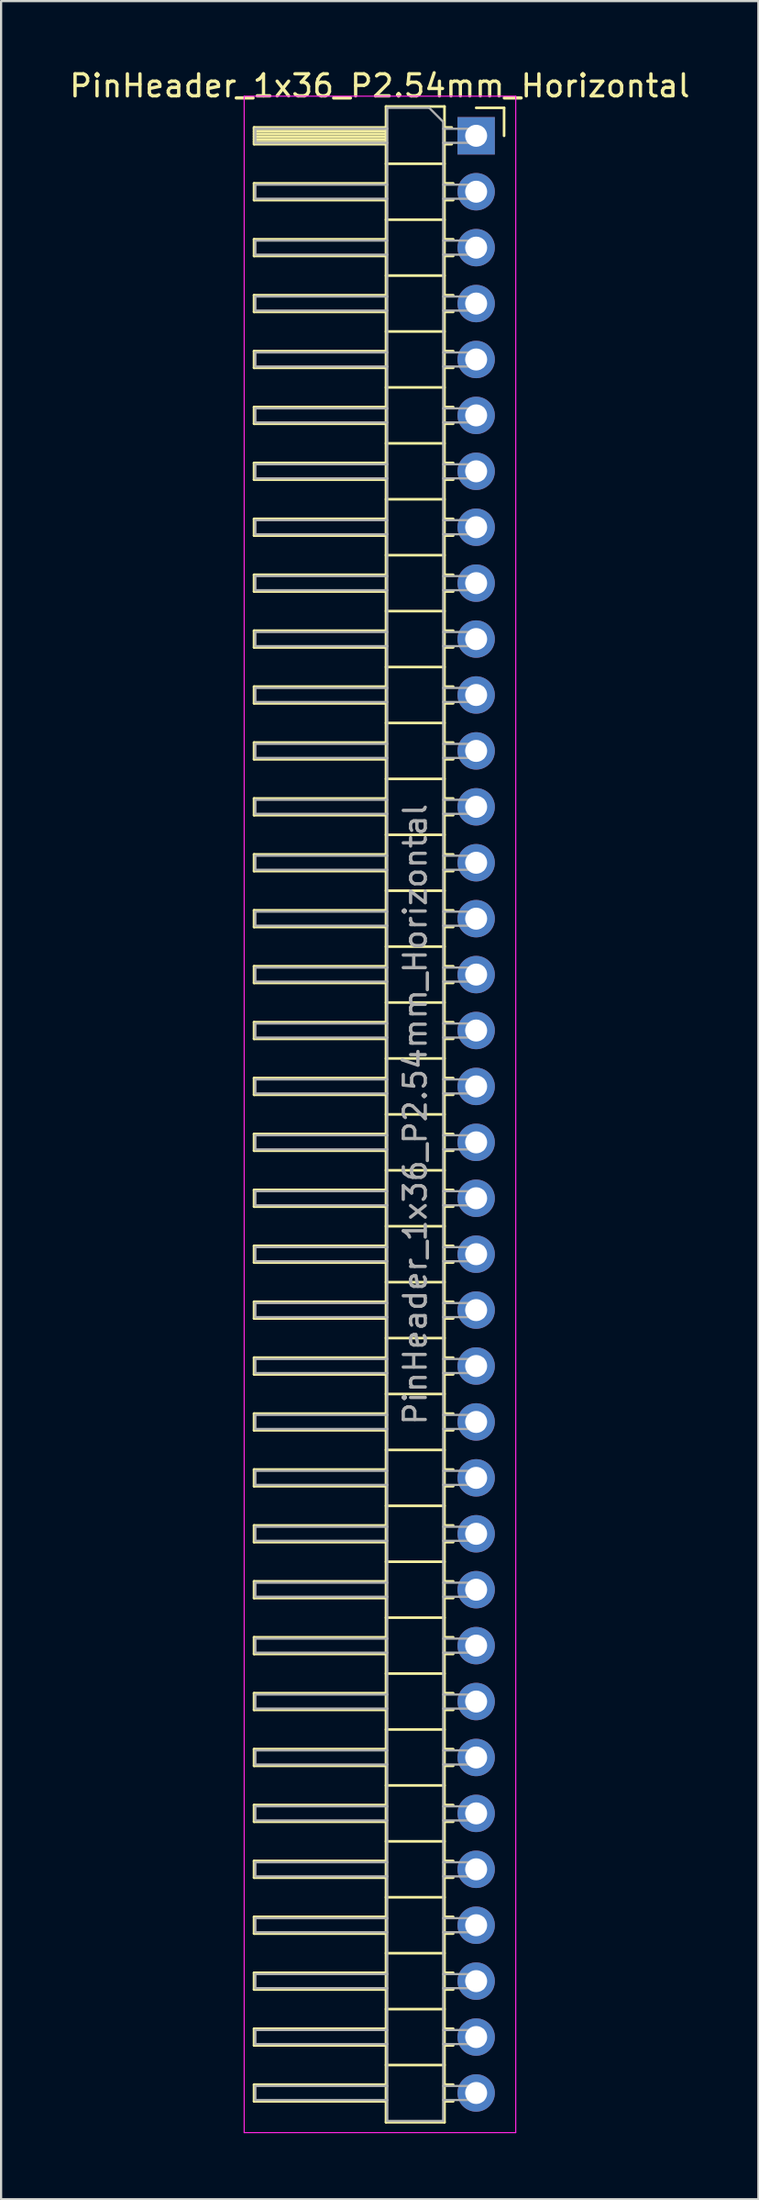
<source format=kicad_pcb>
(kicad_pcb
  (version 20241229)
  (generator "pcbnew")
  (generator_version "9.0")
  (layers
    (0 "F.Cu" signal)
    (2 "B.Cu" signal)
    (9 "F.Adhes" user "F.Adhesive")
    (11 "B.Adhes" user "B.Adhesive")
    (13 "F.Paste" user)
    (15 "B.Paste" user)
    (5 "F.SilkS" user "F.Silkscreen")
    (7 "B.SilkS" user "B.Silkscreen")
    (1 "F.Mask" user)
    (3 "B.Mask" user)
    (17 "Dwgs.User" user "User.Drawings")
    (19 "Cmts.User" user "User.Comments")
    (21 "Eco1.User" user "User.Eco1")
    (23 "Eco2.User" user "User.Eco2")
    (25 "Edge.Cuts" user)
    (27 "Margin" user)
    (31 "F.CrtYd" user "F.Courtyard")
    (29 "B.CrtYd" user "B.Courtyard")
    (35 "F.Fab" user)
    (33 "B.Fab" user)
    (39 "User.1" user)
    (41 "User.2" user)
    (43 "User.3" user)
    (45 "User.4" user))
  (footprint "PinHeader_1x36_P2.54mm_Horizontal"
    (layer "F.Cu")
    (at 10.405 3.118)
    (property "Reference" "PinHeader_1x36_P2.54mm_Horizontal" (at 3.815 -2.27 0) (layer "F.SilkS") (effects (font (size 1 1) (thickness 0.15))))
    (attr through_hole)
    (fp_line (start -1.9 -0.38) (end -1.9 0.38) (stroke (width 0.12) (type solid)) (layer "F.SilkS"))
    (fp_line (start -1.9 0.38) (end 4.1 0.38) (stroke (width 0.12) (type solid)) (layer "F.SilkS"))
    (fp_line (start -1.9 2.16) (end -1.9 2.92) (stroke (width 0.12) (type solid)) (layer "F.SilkS"))
    (fp_line (start -1.9 2.92) (end 4.1 2.92) (stroke (width 0.12) (type solid)) (layer "F.SilkS"))
    (fp_line (start -1.9 4.7) (end -1.9 5.46) (stroke (width 0.12) (type solid)) (layer "F.SilkS"))
    (fp_line (start -1.9 5.46) (end 4.1 5.46) (stroke (width 0.12) (type solid)) (layer "F.SilkS"))
    (fp_line (start -1.9 7.24) (end -1.9 8) (stroke (width 0.12) (type solid)) (layer "F.SilkS"))
    (fp_line (start -1.9 8) (end 4.1 8) (stroke (width 0.12) (type solid)) (layer "F.SilkS"))
    (fp_line (start -1.9 9.78) (end -1.9 10.54) (stroke (width 0.12) (type solid)) (layer "F.SilkS"))
    (fp_line (start -1.9 10.54) (end 4.1 10.54) (stroke (width 0.12) (type solid)) (layer "F.SilkS"))
    (fp_line (start -1.9 12.32) (end -1.9 13.08) (stroke (width 0.12) (type solid)) (layer "F.SilkS"))
    (fp_line (start -1.9 13.08) (end 4.1 13.08) (stroke (width 0.12) (type solid)) (layer "F.SilkS"))
    (fp_line (start -1.9 14.86) (end -1.9 15.62) (stroke (width 0.12) (type solid)) (layer "F.SilkS"))
    (fp_line (start -1.9 15.62) (end 4.1 15.62) (stroke (width 0.12) (type solid)) (layer "F.SilkS"))
    (fp_line (start -1.9 17.4) (end -1.9 18.16) (stroke (width 0.12) (type solid)) (layer "F.SilkS"))
    (fp_line (start -1.9 18.16) (end 4.1 18.16) (stroke (width 0.12) (type solid)) (layer "F.SilkS"))
    (fp_line (start -1.9 19.94) (end -1.9 20.7) (stroke (width 0.12) (type solid)) (layer "F.SilkS"))
    (fp_line (start -1.9 20.7) (end 4.1 20.7) (stroke (width 0.12) (type solid)) (layer "F.SilkS"))
    (fp_line (start -1.9 22.48) (end -1.9 23.24) (stroke (width 0.12) (type solid)) (layer "F.SilkS"))
    (fp_line (start -1.9 23.24) (end 4.1 23.24) (stroke (width 0.12) (type solid)) (layer "F.SilkS"))
    (fp_line (start -1.9 25.02) (end -1.9 25.78) (stroke (width 0.12) (type solid)) (layer "F.SilkS"))
    (fp_line (start -1.9 25.78) (end 4.1 25.78) (stroke (width 0.12) (type solid)) (layer "F.SilkS"))
    (fp_line (start -1.9 27.56) (end -1.9 28.32) (stroke (width 0.12) (type solid)) (layer "F.SilkS"))
    (fp_line (start -1.9 28.32) (end 4.1 28.32) (stroke (width 0.12) (type solid)) (layer "F.SilkS"))
    (fp_line (start -1.9 30.1) (end -1.9 30.86) (stroke (width 0.12) (type solid)) (layer "F.SilkS"))
    (fp_line (start -1.9 30.86) (end 4.1 30.86) (stroke (width 0.12) (type solid)) (layer "F.SilkS"))
    (fp_line (start -1.9 32.64) (end -1.9 33.4) (stroke (width 0.12) (type solid)) (layer "F.SilkS"))
    (fp_line (start -1.9 33.4) (end 4.1 33.4) (stroke (width 0.12) (type solid)) (layer "F.SilkS"))
    (fp_line (start -1.9 35.18) (end -1.9 35.94) (stroke (width 0.12) (type solid)) (layer "F.SilkS"))
    (fp_line (start -1.9 35.94) (end 4.1 35.94) (stroke (width 0.12) (type solid)) (layer "F.SilkS"))
    (fp_line (start -1.9 37.72) (end -1.9 38.48) (stroke (width 0.12) (type solid)) (layer "F.SilkS"))
    (fp_line (start -1.9 38.48) (end 4.1 38.48) (stroke (width 0.12) (type solid)) (layer "F.SilkS"))
    (fp_line (start -1.9 40.26) (end -1.9 41.02) (stroke (width 0.12) (type solid)) (layer "F.SilkS"))
    (fp_line (start -1.9 41.02) (end 4.1 41.02) (stroke (width 0.12) (type solid)) (layer "F.SilkS"))
    (fp_line (start -1.9 42.8) (end -1.9 43.56) (stroke (width 0.12) (type solid)) (layer "F.SilkS"))
    (fp_line (start -1.9 43.56) (end 4.1 43.56) (stroke (width 0.12) (type solid)) (layer "F.SilkS"))
    (fp_line (start -1.9 45.34) (end -1.9 46.1) (stroke (width 0.12) (type solid)) (layer "F.SilkS"))
    (fp_line (start -1.9 46.1) (end 4.1 46.1) (stroke (width 0.12) (type solid)) (layer "F.SilkS"))
    (fp_line (start -1.9 47.88) (end -1.9 48.64) (stroke (width 0.12) (type solid)) (layer "F.SilkS"))
    (fp_line (start -1.9 48.64) (end 4.1 48.64) (stroke (width 0.12) (type solid)) (layer "F.SilkS"))
    (fp_line (start -1.9 50.42) (end -1.9 51.18) (stroke (width 0.12) (type solid)) (layer "F.SilkS"))
    (fp_line (start -1.9 51.18) (end 4.1 51.18) (stroke (width 0.12) (type solid)) (layer "F.SilkS"))
    (fp_line (start -1.9 52.96) (end -1.9 53.72) (stroke (width 0.12) (type solid)) (layer "F.SilkS"))
    (fp_line (start -1.9 53.72) (end 4.1 53.72) (stroke (width 0.12) (type solid)) (layer "F.SilkS"))
    (fp_line (start -1.9 55.5) (end -1.9 56.26) (stroke (width 0.12) (type solid)) (layer "F.SilkS"))
    (fp_line (start -1.9 56.26) (end 4.1 56.26) (stroke (width 0.12) (type solid)) (layer "F.SilkS"))
    (fp_line (start -1.9 58.04) (end -1.9 58.8) (stroke (width 0.12) (type solid)) (layer "F.SilkS"))
    (fp_line (start -1.9 58.8) (end 4.1 58.8) (stroke (width 0.12) (type solid)) (layer "F.SilkS"))
    (fp_line (start -1.9 60.58) (end -1.9 61.34) (stroke (width 0.12) (type solid)) (layer "F.SilkS"))
    (fp_line (start -1.9 61.34) (end 4.1 61.34) (stroke (width 0.12) (type solid)) (layer "F.SilkS"))
    (fp_line (start -1.9 63.12) (end -1.9 63.88) (stroke (width 0.12) (type solid)) (layer "F.SilkS"))
    (fp_line (start -1.9 63.88) (end 4.1 63.88) (stroke (width 0.12) (type solid)) (layer "F.SilkS"))
    (fp_line (start -1.9 65.66) (end -1.9 66.42) (stroke (width 0.12) (type solid)) (layer "F.SilkS"))
    (fp_line (start -1.9 66.42) (end 4.1 66.42) (stroke (width 0.12) (type solid)) (layer "F.SilkS"))
    (fp_line (start -1.9 68.2) (end -1.9 68.96) (stroke (width 0.12) (type solid)) (layer "F.SilkS"))
    (fp_line (start -1.9 68.96) (end 4.1 68.96) (stroke (width 0.12) (type solid)) (layer "F.SilkS"))
    (fp_line (start -1.9 70.74) (end -1.9 71.5) (stroke (width 0.12) (type solid)) (layer "F.SilkS"))
    (fp_line (start -1.9 71.5) (end 4.1 71.5) (stroke (width 0.12) (type solid)) (layer "F.SilkS"))
    (fp_line (start -1.9 73.28) (end -1.9 74.04) (stroke (width 0.12) (type solid)) (layer "F.SilkS"))
    (fp_line (start -1.9 74.04) (end 4.1 74.04) (stroke (width 0.12) (type solid)) (layer "F.SilkS"))
    (fp_line (start -1.9 75.82) (end -1.9 76.58) (stroke (width 0.12) (type solid)) (layer "F.SilkS"))
    (fp_line (start -1.9 76.58) (end 4.1 76.58) (stroke (width 0.12) (type solid)) (layer "F.SilkS"))
    (fp_line (start -1.9 78.36) (end -1.9 79.12) (stroke (width 0.12) (type solid)) (layer "F.SilkS"))
    (fp_line (start -1.9 79.12) (end 4.1 79.12) (stroke (width 0.12) (type solid)) (layer "F.SilkS"))
    (fp_line (start -1.9 80.9) (end -1.9 81.66) (stroke (width 0.12) (type solid)) (layer "F.SilkS"))
    (fp_line (start -1.9 81.66) (end 4.1 81.66) (stroke (width 0.12) (type solid)) (layer "F.SilkS"))
    (fp_line (start -1.9 83.44) (end -1.9 84.2) (stroke (width 0.12) (type solid)) (layer "F.SilkS"))
    (fp_line (start -1.9 84.2) (end 4.1 84.2) (stroke (width 0.12) (type solid)) (layer "F.SilkS"))
    (fp_line (start -1.9 85.98) (end -1.9 86.74) (stroke (width 0.12) (type solid)) (layer "F.SilkS"))
    (fp_line (start -1.9 86.74) (end 4.1 86.74) (stroke (width 0.12) (type solid)) (layer "F.SilkS"))
    (fp_line (start -1.9 88.52) (end -1.9 89.28) (stroke (width 0.12) (type solid)) (layer "F.SilkS"))
    (fp_line (start -1.9 89.28) (end 4.1 89.28) (stroke (width 0.12) (type solid)) (layer "F.SilkS"))
    (fp_line (start 4.1 -1.33) (end 6.76 -1.33) (stroke (width 0.12) (type solid)) (layer "F.SilkS"))
    (fp_line (start 4.1 -0.38) (end -1.9 -0.38) (stroke (width 0.12) (type solid)) (layer "F.SilkS"))
    (fp_line (start 4.1 -0.32) (end -1.9 -0.32) (stroke (width 0.12) (type solid)) (layer "F.SilkS"))
    (fp_line (start 4.1 -0.2) (end -1.9 -0.2) (stroke (width 0.12) (type solid)) (layer "F.SilkS"))
    (fp_line (start 4.1 -0.08) (end -1.9 -0.08) (stroke (width 0.12) (type solid)) (layer "F.SilkS"))
    (fp_line (start 4.1 0.04) (end -1.9 0.04) (stroke (width 0.12) (type solid)) (layer "F.SilkS"))
    (fp_line (start 4.1 0.16) (end -1.9 0.16) (stroke (width 0.12) (type solid)) (layer "F.SilkS"))
    (fp_line (start 4.1 0.28) (end -1.9 0.28) (stroke (width 0.12) (type solid)) (layer "F.SilkS"))
    (fp_line (start 4.1 2.16) (end -1.9 2.16) (stroke (width 0.12) (type solid)) (layer "F.SilkS"))
    (fp_line (start 4.1 4.7) (end -1.9 4.7) (stroke (width 0.12) (type solid)) (layer "F.SilkS"))
    (fp_line (start 4.1 7.24) (end -1.9 7.24) (stroke (width 0.12) (type solid)) (layer "F.SilkS"))
    (fp_line (start 4.1 9.78) (end -1.9 9.78) (stroke (width 0.12) (type solid)) (layer "F.SilkS"))
    (fp_line (start 4.1 12.32) (end -1.9 12.32) (stroke (width 0.12) (type solid)) (layer "F.SilkS"))
    (fp_line (start 4.1 14.86) (end -1.9 14.86) (stroke (width 0.12) (type solid)) (layer "F.SilkS"))
    (fp_line (start 4.1 17.4) (end -1.9 17.4) (stroke (width 0.12) (type solid)) (layer "F.SilkS"))
    (fp_line (start 4.1 19.94) (end -1.9 19.94) (stroke (width 0.12) (type solid)) (layer "F.SilkS"))
    (fp_line (start 4.1 22.48) (end -1.9 22.48) (stroke (width 0.12) (type solid)) (layer "F.SilkS"))
    (fp_line (start 4.1 25.02) (end -1.9 25.02) (stroke (width 0.12) (type solid)) (layer "F.SilkS"))
    (fp_line (start 4.1 27.56) (end -1.9 27.56) (stroke (width 0.12) (type solid)) (layer "F.SilkS"))
    (fp_line (start 4.1 30.1) (end -1.9 30.1) (stroke (width 0.12) (type solid)) (layer "F.SilkS"))
    (fp_line (start 4.1 32.64) (end -1.9 32.64) (stroke (width 0.12) (type solid)) (layer "F.SilkS"))
    (fp_line (start 4.1 35.18) (end -1.9 35.18) (stroke (width 0.12) (type solid)) (layer "F.SilkS"))
    (fp_line (start 4.1 37.72) (end -1.9 37.72) (stroke (width 0.12) (type solid)) (layer "F.SilkS"))
    (fp_line (start 4.1 40.26) (end -1.9 40.26) (stroke (width 0.12) (type solid)) (layer "F.SilkS"))
    (fp_line (start 4.1 42.8) (end -1.9 42.8) (stroke (width 0.12) (type solid)) (layer "F.SilkS"))
    (fp_line (start 4.1 45.34) (end -1.9 45.34) (stroke (width 0.12) (type solid)) (layer "F.SilkS"))
    (fp_line (start 4.1 47.88) (end -1.9 47.88) (stroke (width 0.12) (type solid)) (layer "F.SilkS"))
    (fp_line (start 4.1 50.42) (end -1.9 50.42) (stroke (width 0.12) (type solid)) (layer "F.SilkS"))
    (fp_line (start 4.1 52.96) (end -1.9 52.96) (stroke (width 0.12) (type solid)) (layer "F.SilkS"))
    (fp_line (start 4.1 55.5) (end -1.9 55.5) (stroke (width 0.12) (type solid)) (layer "F.SilkS"))
    (fp_line (start 4.1 58.04) (end -1.9 58.04) (stroke (width 0.12) (type solid)) (layer "F.SilkS"))
    (fp_line (start 4.1 60.58) (end -1.9 60.58) (stroke (width 0.12) (type solid)) (layer "F.SilkS"))
    (fp_line (start 4.1 63.12) (end -1.9 63.12) (stroke (width 0.12) (type solid)) (layer "F.SilkS"))
    (fp_line (start 4.1 65.66) (end -1.9 65.66) (stroke (width 0.12) (type solid)) (layer "F.SilkS"))
    (fp_line (start 4.1 68.2) (end -1.9 68.2) (stroke (width 0.12) (type solid)) (layer "F.SilkS"))
    (fp_line (start 4.1 70.74) (end -1.9 70.74) (stroke (width 0.12) (type solid)) (layer "F.SilkS"))
    (fp_line (start 4.1 73.28) (end -1.9 73.28) (stroke (width 0.12) (type solid)) (layer "F.SilkS"))
    (fp_line (start 4.1 75.82) (end -1.9 75.82) (stroke (width 0.12) (type solid)) (layer "F.SilkS"))
    (fp_line (start 4.1 78.36) (end -1.9 78.36) (stroke (width 0.12) (type solid)) (layer "F.SilkS"))
    (fp_line (start 4.1 80.9) (end -1.9 80.9) (stroke (width 0.12) (type solid)) (layer "F.SilkS"))
    (fp_line (start 4.1 83.44) (end -1.9 83.44) (stroke (width 0.12) (type solid)) (layer "F.SilkS"))
    (fp_line (start 4.1 85.98) (end -1.9 85.98) (stroke (width 0.12) (type solid)) (layer "F.SilkS"))
    (fp_line (start 4.1 88.52) (end -1.9 88.52) (stroke (width 0.12) (type solid)) (layer "F.SilkS"))
    (fp_line (start 4.1 90.23) (end 4.1 -1.33) (stroke (width 0.12) (type solid)) (layer "F.SilkS"))
    (fp_line (start 6.76 -1.33) (end 6.76 90.23) (stroke (width 0.12) (type solid)) (layer "F.SilkS"))
    (fp_line (start 6.76 1.27) (end 4.1 1.27) (stroke (width 0.12) (type solid)) (layer "F.SilkS"))
    (fp_line (start 6.76 3.81) (end 4.1 3.81) (stroke (width 0.12) (type solid)) (layer "F.SilkS"))
    (fp_line (start 6.76 6.35) (end 4.1 6.35) (stroke (width 0.12) (type solid)) (layer "F.SilkS"))
    (fp_line (start 6.76 8.89) (end 4.1 8.89) (stroke (width 0.12) (type solid)) (layer "F.SilkS"))
    (fp_line (start 6.76 11.43) (end 4.1 11.43) (stroke (width 0.12) (type solid)) (layer "F.SilkS"))
    (fp_line (start 6.76 13.97) (end 4.1 13.97) (stroke (width 0.12) (type solid)) (layer "F.SilkS"))
    (fp_line (start 6.76 16.51) (end 4.1 16.51) (stroke (width 0.12) (type solid)) (layer "F.SilkS"))
    (fp_line (start 6.76 19.05) (end 4.1 19.05) (stroke (width 0.12) (type solid)) (layer "F.SilkS"))
    (fp_line (start 6.76 21.59) (end 4.1 21.59) (stroke (width 0.12) (type solid)) (layer "F.SilkS"))
    (fp_line (start 6.76 24.13) (end 4.1 24.13) (stroke (width 0.12) (type solid)) (layer "F.SilkS"))
    (fp_line (start 6.76 26.67) (end 4.1 26.67) (stroke (width 0.12) (type solid)) (layer "F.SilkS"))
    (fp_line (start 6.76 29.21) (end 4.1 29.21) (stroke (width 0.12) (type solid)) (layer "F.SilkS"))
    (fp_line (start 6.76 31.75) (end 4.1 31.75) (stroke (width 0.12) (type solid)) (layer "F.SilkS"))
    (fp_line (start 6.76 34.29) (end 4.1 34.29) (stroke (width 0.12) (type solid)) (layer "F.SilkS"))
    (fp_line (start 6.76 36.83) (end 4.1 36.83) (stroke (width 0.12) (type solid)) (layer "F.SilkS"))
    (fp_line (start 6.76 39.37) (end 4.1 39.37) (stroke (width 0.12) (type solid)) (layer "F.SilkS"))
    (fp_line (start 6.76 41.91) (end 4.1 41.91) (stroke (width 0.12) (type solid)) (layer "F.SilkS"))
    (fp_line (start 6.76 44.45) (end 4.1 44.45) (stroke (width 0.12) (type solid)) (layer "F.SilkS"))
    (fp_line (start 6.76 46.99) (end 4.1 46.99) (stroke (width 0.12) (type solid)) (layer "F.SilkS"))
    (fp_line (start 6.76 49.53) (end 4.1 49.53) (stroke (width 0.12) (type solid)) (layer "F.SilkS"))
    (fp_line (start 6.76 52.07) (end 4.1 52.07) (stroke (width 0.12) (type solid)) (layer "F.SilkS"))
    (fp_line (start 6.76 54.61) (end 4.1 54.61) (stroke (width 0.12) (type solid)) (layer "F.SilkS"))
    (fp_line (start 6.76 57.15) (end 4.1 57.15) (stroke (width 0.12) (type solid)) (layer "F.SilkS"))
    (fp_line (start 6.76 59.69) (end 4.1 59.69) (stroke (width 0.12) (type solid)) (layer "F.SilkS"))
    (fp_line (start 6.76 62.23) (end 4.1 62.23) (stroke (width 0.12) (type solid)) (layer "F.SilkS"))
    (fp_line (start 6.76 64.77) (end 4.1 64.77) (stroke (width 0.12) (type solid)) (layer "F.SilkS"))
    (fp_line (start 6.76 67.31) (end 4.1 67.31) (stroke (width 0.12) (type solid)) (layer "F.SilkS"))
    (fp_line (start 6.76 69.85) (end 4.1 69.85) (stroke (width 0.12) (type solid)) (layer "F.SilkS"))
    (fp_line (start 6.76 72.39) (end 4.1 72.39) (stroke (width 0.12) (type solid)) (layer "F.SilkS"))
    (fp_line (start 6.76 74.93) (end 4.1 74.93) (stroke (width 0.12) (type solid)) (layer "F.SilkS"))
    (fp_line (start 6.76 77.47) (end 4.1 77.47) (stroke (width 0.12) (type solid)) (layer "F.SilkS"))
    (fp_line (start 6.76 80.01) (end 4.1 80.01) (stroke (width 0.12) (type solid)) (layer "F.SilkS"))
    (fp_line (start 6.76 82.55) (end 4.1 82.55) (stroke (width 0.12) (type solid)) (layer "F.SilkS"))
    (fp_line (start 6.76 85.09) (end 4.1 85.09) (stroke (width 0.12) (type solid)) (layer "F.SilkS"))
    (fp_line (start 6.76 87.63) (end 4.1 87.63) (stroke (width 0.12) (type solid)) (layer "F.SilkS"))
    (fp_line (start 6.76 90.23) (end 4.1 90.23) (stroke (width 0.12) (type solid)) (layer "F.SilkS"))
    (fp_line (start 7.09 -0.38) (end 6.76 -0.38) (stroke (width 0.12) (type solid)) (layer "F.SilkS"))
    (fp_line (start 7.09 0.38) (end 6.76 0.38) (stroke (width 0.12) (type solid)) (layer "F.SilkS"))
    (fp_line (start 7.157 2.16) (end 6.76 2.16) (stroke (width 0.12) (type solid)) (layer "F.SilkS"))
    (fp_line (start 7.157 2.92) (end 6.76 2.92) (stroke (width 0.12) (type solid)) (layer "F.SilkS"))
    (fp_line (start 7.157 4.7) (end 6.76 4.7) (stroke (width 0.12) (type solid)) (layer "F.SilkS"))
    (fp_line (start 7.157 5.46) (end 6.76 5.46) (stroke (width 0.12) (type solid)) (layer "F.SilkS"))
    (fp_line (start 7.157 7.24) (end 6.76 7.24) (stroke (width 0.12) (type solid)) (layer "F.SilkS"))
    (fp_line (start 7.157 8) (end 6.76 8) (stroke (width 0.12) (type solid)) (layer "F.SilkS"))
    (fp_line (start 7.157 9.78) (end 6.76 9.78) (stroke (width 0.12) (type solid)) (layer "F.SilkS"))
    (fp_line (start 7.157 10.54) (end 6.76 10.54) (stroke (width 0.12) (type solid)) (layer "F.SilkS"))
    (fp_line (start 7.157 12.32) (end 6.76 12.32) (stroke (width 0.12) (type solid)) (layer "F.SilkS"))
    (fp_line (start 7.157 13.08) (end 6.76 13.08) (stroke (width 0.12) (type solid)) (layer "F.SilkS"))
    (fp_line (start 7.157 14.86) (end 6.76 14.86) (stroke (width 0.12) (type solid)) (layer "F.SilkS"))
    (fp_line (start 7.157 15.62) (end 6.76 15.62) (stroke (width 0.12) (type solid)) (layer "F.SilkS"))
    (fp_line (start 7.157 17.4) (end 6.76 17.4) (stroke (width 0.12) (type solid)) (layer "F.SilkS"))
    (fp_line (start 7.157 18.16) (end 6.76 18.16) (stroke (width 0.12) (type solid)) (layer "F.SilkS"))
    (fp_line (start 7.157 19.94) (end 6.76 19.94) (stroke (width 0.12) (type solid)) (layer "F.SilkS"))
    (fp_line (start 7.157 20.7) (end 6.76 20.7) (stroke (width 0.12) (type solid)) (layer "F.SilkS"))
    (fp_line (start 7.157 22.48) (end 6.76 22.48) (stroke (width 0.12) (type solid)) (layer "F.SilkS"))
    (fp_line (start 7.157 23.24) (end 6.76 23.24) (stroke (width 0.12) (type solid)) (layer "F.SilkS"))
    (fp_line (start 7.157 25.02) (end 6.76 25.02) (stroke (width 0.12) (type solid)) (layer "F.SilkS"))
    (fp_line (start 7.157 25.78) (end 6.76 25.78) (stroke (width 0.12) (type solid)) (layer "F.SilkS"))
    (fp_line (start 7.157 27.56) (end 6.76 27.56) (stroke (width 0.12) (type solid)) (layer "F.SilkS"))
    (fp_line (start 7.157 28.32) (end 6.76 28.32) (stroke (width 0.12) (type solid)) (layer "F.SilkS"))
    (fp_line (start 7.157 30.1) (end 6.76 30.1) (stroke (width 0.12) (type solid)) (layer "F.SilkS"))
    (fp_line (start 7.157 30.86) (end 6.76 30.86) (stroke (width 0.12) (type solid)) (layer "F.SilkS"))
    (fp_line (start 7.157 32.64) (end 6.76 32.64) (stroke (width 0.12) (type solid)) (layer "F.SilkS"))
    (fp_line (start 7.157 33.4) (end 6.76 33.4) (stroke (width 0.12) (type solid)) (layer "F.SilkS"))
    (fp_line (start 7.157 35.18) (end 6.76 35.18) (stroke (width 0.12) (type solid)) (layer "F.SilkS"))
    (fp_line (start 7.157 35.94) (end 6.76 35.94) (stroke (width 0.12) (type solid)) (layer "F.SilkS"))
    (fp_line (start 7.157 37.72) (end 6.76 37.72) (stroke (width 0.12) (type solid)) (layer "F.SilkS"))
    (fp_line (start 7.157 38.48) (end 6.76 38.48) (stroke (width 0.12) (type solid)) (layer "F.SilkS"))
    (fp_line (start 7.157 40.26) (end 6.76 40.26) (stroke (width 0.12) (type solid)) (layer "F.SilkS"))
    (fp_line (start 7.157 41.02) (end 6.76 41.02) (stroke (width 0.12) (type solid)) (layer "F.SilkS"))
    (fp_line (start 7.157 42.8) (end 6.76 42.8) (stroke (width 0.12) (type solid)) (layer "F.SilkS"))
    (fp_line (start 7.157 43.56) (end 6.76 43.56) (stroke (width 0.12) (type solid)) (layer "F.SilkS"))
    (fp_line (start 7.157 45.34) (end 6.76 45.34) (stroke (width 0.12) (type solid)) (layer "F.SilkS"))
    (fp_line (start 7.157 46.1) (end 6.76 46.1) (stroke (width 0.12) (type solid)) (layer "F.SilkS"))
    (fp_line (start 7.157 47.88) (end 6.76 47.88) (stroke (width 0.12) (type solid)) (layer "F.SilkS"))
    (fp_line (start 7.157 48.64) (end 6.76 48.64) (stroke (width 0.12) (type solid)) (layer "F.SilkS"))
    (fp_line (start 7.157 50.42) (end 6.76 50.42) (stroke (width 0.12) (type solid)) (layer "F.SilkS"))
    (fp_line (start 7.157 51.18) (end 6.76 51.18) (stroke (width 0.12) (type solid)) (layer "F.SilkS"))
    (fp_line (start 7.157 52.96) (end 6.76 52.96) (stroke (width 0.12) (type solid)) (layer "F.SilkS"))
    (fp_line (start 7.157 53.72) (end 6.76 53.72) (stroke (width 0.12) (type solid)) (layer "F.SilkS"))
    (fp_line (start 7.157 55.5) (end 6.76 55.5) (stroke (width 0.12) (type solid)) (layer "F.SilkS"))
    (fp_line (start 7.157 56.26) (end 6.76 56.26) (stroke (width 0.12) (type solid)) (layer "F.SilkS"))
    (fp_line (start 7.157 58.04) (end 6.76 58.04) (stroke (width 0.12) (type solid)) (layer "F.SilkS"))
    (fp_line (start 7.157 58.8) (end 6.76 58.8) (stroke (width 0.12) (type solid)) (layer "F.SilkS"))
    (fp_line (start 7.157 60.58) (end 6.76 60.58) (stroke (width 0.12) (type solid)) (layer "F.SilkS"))
    (fp_line (start 7.157 61.34) (end 6.76 61.34) (stroke (width 0.12) (type solid)) (layer "F.SilkS"))
    (fp_line (start 7.157 63.12) (end 6.76 63.12) (stroke (width 0.12) (type solid)) (layer "F.SilkS"))
    (fp_line (start 7.157 63.88) (end 6.76 63.88) (stroke (width 0.12) (type solid)) (layer "F.SilkS"))
    (fp_line (start 7.157 65.66) (end 6.76 65.66) (stroke (width 0.12) (type solid)) (layer "F.SilkS"))
    (fp_line (start 7.157 66.42) (end 6.76 66.42) (stroke (width 0.12) (type solid)) (layer "F.SilkS"))
    (fp_line (start 7.157 68.2) (end 6.76 68.2) (stroke (width 0.12) (type solid)) (layer "F.SilkS"))
    (fp_line (start 7.157 68.96) (end 6.76 68.96) (stroke (width 0.12) (type solid)) (layer "F.SilkS"))
    (fp_line (start 7.157 70.74) (end 6.76 70.74) (stroke (width 0.12) (type solid)) (layer "F.SilkS"))
    (fp_line (start 7.157 71.5) (end 6.76 71.5) (stroke (width 0.12) (type solid)) (layer "F.SilkS"))
    (fp_line (start 7.157 73.28) (end 6.76 73.28) (stroke (width 0.12) (type solid)) (layer "F.SilkS"))
    (fp_line (start 7.157 74.04) (end 6.76 74.04) (stroke (width 0.12) (type solid)) (layer "F.SilkS"))
    (fp_line (start 7.157 75.82) (end 6.76 75.82) (stroke (width 0.12) (type solid)) (layer "F.SilkS"))
    (fp_line (start 7.157 76.58) (end 6.76 76.58) (stroke (width 0.12) (type solid)) (layer "F.SilkS"))
    (fp_line (start 7.157 78.36) (end 6.76 78.36) (stroke (width 0.12) (type solid)) (layer "F.SilkS"))
    (fp_line (start 7.157 79.12) (end 6.76 79.12) (stroke (width 0.12) (type solid)) (layer "F.SilkS"))
    (fp_line (start 7.157 80.9) (end 6.76 80.9) (stroke (width 0.12) (type solid)) (layer "F.SilkS"))
    (fp_line (start 7.157 81.66) (end 6.76 81.66) (stroke (width 0.12) (type solid)) (layer "F.SilkS"))
    (fp_line (start 7.157 83.44) (end 6.76 83.44) (stroke (width 0.12) (type solid)) (layer "F.SilkS"))
    (fp_line (start 7.157 84.2) (end 6.76 84.2) (stroke (width 0.12) (type solid)) (layer "F.SilkS"))
    (fp_line (start 7.157 85.98) (end 6.76 85.98) (stroke (width 0.12) (type solid)) (layer "F.SilkS"))
    (fp_line (start 7.157 86.74) (end 6.76 86.74) (stroke (width 0.12) (type solid)) (layer "F.SilkS"))
    (fp_line (start 7.157 88.52) (end 6.76 88.52) (stroke (width 0.12) (type solid)) (layer "F.SilkS"))
    (fp_line (start 7.157 89.28) (end 6.76 89.28) (stroke (width 0.12) (type solid)) (layer "F.SilkS"))
    (fp_line (start 9.47 -1.27) (end 8.2 -1.27) (stroke (width 0.12) (type solid)) (layer "F.SilkS"))
    (fp_line (start 9.47 0) (end 9.47 -1.27) (stroke (width 0.12) (type solid)) (layer "F.SilkS"))
    (fp_line (start -2.35 -1.8) (end 10 -1.8) (stroke (width 0.05) (type solid)) (layer "F.CrtYd"))
    (fp_line (start -2.35 90.7) (end -2.35 -1.8) (stroke (width 0.05) (type solid)) (layer "F.CrtYd"))
    (fp_line (start 10 -1.8) (end 10 90.7) (stroke (width 0.05) (type solid)) (layer "F.CrtYd"))
    (fp_line (start 10 90.7) (end -2.35 90.7) (stroke (width 0.05) (type solid)) (layer "F.CrtYd"))
    (fp_line (start -1.84 -0.32) (end -1.84 0.32) (stroke (width 0.1) (type solid)) (layer "F.Fab"))
    (fp_line (start -1.84 2.22) (end -1.84 2.86) (stroke (width 0.1) (type solid)) (layer "F.Fab"))
    (fp_line (start -1.84 4.76) (end -1.84 5.4) (stroke (width 0.1) (type solid)) (layer "F.Fab"))
    (fp_line (start -1.84 7.3) (end -1.84 7.94) (stroke (width 0.1) (type solid)) (layer "F.Fab"))
    (fp_line (start -1.84 9.84) (end -1.84 10.48) (stroke (width 0.1) (type solid)) (layer "F.Fab"))
    (fp_line (start -1.84 12.38) (end -1.84 13.02) (stroke (width 0.1) (type solid)) (layer "F.Fab"))
    (fp_line (start -1.84 14.92) (end -1.84 15.56) (stroke (width 0.1) (type solid)) (layer "F.Fab"))
    (fp_line (start -1.84 17.46) (end -1.84 18.1) (stroke (width 0.1) (type solid)) (layer "F.Fab"))
    (fp_line (start -1.84 20) (end -1.84 20.64) (stroke (width 0.1) (type solid)) (layer "F.Fab"))
    (fp_line (start -1.84 22.54) (end -1.84 23.18) (stroke (width 0.1) (type solid)) (layer "F.Fab"))
    (fp_line (start -1.84 25.08) (end -1.84 25.72) (stroke (width 0.1) (type solid)) (layer "F.Fab"))
    (fp_line (start -1.84 27.62) (end -1.84 28.26) (stroke (width 0.1) (type solid)) (layer "F.Fab"))
    (fp_line (start -1.84 30.16) (end -1.84 30.8) (stroke (width 0.1) (type solid)) (layer "F.Fab"))
    (fp_line (start -1.84 32.7) (end -1.84 33.34) (stroke (width 0.1) (type solid)) (layer "F.Fab"))
    (fp_line (start -1.84 35.24) (end -1.84 35.88) (stroke (width 0.1) (type solid)) (layer "F.Fab"))
    (fp_line (start -1.84 37.78) (end -1.84 38.42) (stroke (width 0.1) (type solid)) (layer "F.Fab"))
    (fp_line (start -1.84 40.32) (end -1.84 40.96) (stroke (width 0.1) (type solid)) (layer "F.Fab"))
    (fp_line (start -1.84 42.86) (end -1.84 43.5) (stroke (width 0.1) (type solid)) (layer "F.Fab"))
    (fp_line (start -1.84 45.4) (end -1.84 46.04) (stroke (width 0.1) (type solid)) (layer "F.Fab"))
    (fp_line (start -1.84 47.94) (end -1.84 48.58) (stroke (width 0.1) (type solid)) (layer "F.Fab"))
    (fp_line (start -1.84 50.48) (end -1.84 51.12) (stroke (width 0.1) (type solid)) (layer "F.Fab"))
    (fp_line (start -1.84 53.02) (end -1.84 53.66) (stroke (width 0.1) (type solid)) (layer "F.Fab"))
    (fp_line (start -1.84 55.56) (end -1.84 56.2) (stroke (width 0.1) (type solid)) (layer "F.Fab"))
    (fp_line (start -1.84 58.1) (end -1.84 58.74) (stroke (width 0.1) (type solid)) (layer "F.Fab"))
    (fp_line (start -1.84 60.64) (end -1.84 61.28) (stroke (width 0.1) (type solid)) (layer "F.Fab"))
    (fp_line (start -1.84 63.18) (end -1.84 63.82) (stroke (width 0.1) (type solid)) (layer "F.Fab"))
    (fp_line (start -1.84 65.72) (end -1.84 66.36) (stroke (width 0.1) (type solid)) (layer "F.Fab"))
    (fp_line (start -1.84 68.26) (end -1.84 68.9) (stroke (width 0.1) (type solid)) (layer "F.Fab"))
    (fp_line (start -1.84 70.8) (end -1.84 71.44) (stroke (width 0.1) (type solid)) (layer "F.Fab"))
    (fp_line (start -1.84 73.34) (end -1.84 73.98) (stroke (width 0.1) (type solid)) (layer "F.Fab"))
    (fp_line (start -1.84 75.88) (end -1.84 76.52) (stroke (width 0.1) (type solid)) (layer "F.Fab"))
    (fp_line (start -1.84 78.42) (end -1.84 79.06) (stroke (width 0.1) (type solid)) (layer "F.Fab"))
    (fp_line (start -1.84 80.96) (end -1.84 81.6) (stroke (width 0.1) (type solid)) (layer "F.Fab"))
    (fp_line (start -1.84 83.5) (end -1.84 84.14) (stroke (width 0.1) (type solid)) (layer "F.Fab"))
    (fp_line (start -1.84 86.04) (end -1.84 86.68) (stroke (width 0.1) (type solid)) (layer "F.Fab"))
    (fp_line (start -1.84 88.58) (end -1.84 89.22) (stroke (width 0.1) (type solid)) (layer "F.Fab"))
    (fp_line (start 4.16 -1.27) (end 4.16 90.17) (stroke (width 0.1) (type solid)) (layer "F.Fab"))
    (fp_line (start 4.16 -0.32) (end -1.84 -0.32) (stroke (width 0.1) (type solid)) (layer "F.Fab"))
    (fp_line (start 4.16 0.32) (end -1.84 0.32) (stroke (width 0.1) (type solid)) (layer "F.Fab"))
    (fp_line (start 4.16 2.22) (end -1.84 2.22) (stroke (width 0.1) (type solid)) (layer "F.Fab"))
    (fp_line (start 4.16 2.86) (end -1.84 2.86) (stroke (width 0.1) (type solid)) (layer "F.Fab"))
    (fp_line (start 4.16 4.76) (end -1.84 4.76) (stroke (width 0.1) (type solid)) (layer "F.Fab"))
    (fp_line (start 4.16 5.4) (end -1.84 5.4) (stroke (width 0.1) (type solid)) (layer "F.Fab"))
    (fp_line (start 4.16 7.3) (end -1.84 7.3) (stroke (width 0.1) (type solid)) (layer "F.Fab"))
    (fp_line (start 4.16 7.94) (end -1.84 7.94) (stroke (width 0.1) (type solid)) (layer "F.Fab"))
    (fp_line (start 4.16 9.84) (end -1.84 9.84) (stroke (width 0.1) (type solid)) (layer "F.Fab"))
    (fp_line (start 4.16 10.48) (end -1.84 10.48) (stroke (width 0.1) (type solid)) (layer "F.Fab"))
    (fp_line (start 4.16 12.38) (end -1.84 12.38) (stroke (width 0.1) (type solid)) (layer "F.Fab"))
    (fp_line (start 4.16 13.02) (end -1.84 13.02) (stroke (width 0.1) (type solid)) (layer "F.Fab"))
    (fp_line (start 4.16 14.92) (end -1.84 14.92) (stroke (width 0.1) (type solid)) (layer "F.Fab"))
    (fp_line (start 4.16 15.56) (end -1.84 15.56) (stroke (width 0.1) (type solid)) (layer "F.Fab"))
    (fp_line (start 4.16 17.46) (end -1.84 17.46) (stroke (width 0.1) (type solid)) (layer "F.Fab"))
    (fp_line (start 4.16 18.1) (end -1.84 18.1) (stroke (width 0.1) (type solid)) (layer "F.Fab"))
    (fp_line (start 4.16 20) (end -1.84 20) (stroke (width 0.1) (type solid)) (layer "F.Fab"))
    (fp_line (start 4.16 20.64) (end -1.84 20.64) (stroke (width 0.1) (type solid)) (layer "F.Fab"))
    (fp_line (start 4.16 22.54) (end -1.84 22.54) (stroke (width 0.1) (type solid)) (layer "F.Fab"))
    (fp_line (start 4.16 23.18) (end -1.84 23.18) (stroke (width 0.1) (type solid)) (layer "F.Fab"))
    (fp_line (start 4.16 25.08) (end -1.84 25.08) (stroke (width 0.1) (type solid)) (layer "F.Fab"))
    (fp_line (start 4.16 25.72) (end -1.84 25.72) (stroke (width 0.1) (type solid)) (layer "F.Fab"))
    (fp_line (start 4.16 27.62) (end -1.84 27.62) (stroke (width 0.1) (type solid)) (layer "F.Fab"))
    (fp_line (start 4.16 28.26) (end -1.84 28.26) (stroke (width 0.1) (type solid)) (layer "F.Fab"))
    (fp_line (start 4.16 30.16) (end -1.84 30.16) (stroke (width 0.1) (type solid)) (layer "F.Fab"))
    (fp_line (start 4.16 30.8) (end -1.84 30.8) (stroke (width 0.1) (type solid)) (layer "F.Fab"))
    (fp_line (start 4.16 32.7) (end -1.84 32.7) (stroke (width 0.1) (type solid)) (layer "F.Fab"))
    (fp_line (start 4.16 33.34) (end -1.84 33.34) (stroke (width 0.1) (type solid)) (layer "F.Fab"))
    (fp_line (start 4.16 35.24) (end -1.84 35.24) (stroke (width 0.1) (type solid)) (layer "F.Fab"))
    (fp_line (start 4.16 35.88) (end -1.84 35.88) (stroke (width 0.1) (type solid)) (layer "F.Fab"))
    (fp_line (start 4.16 37.78) (end -1.84 37.78) (stroke (width 0.1) (type solid)) (layer "F.Fab"))
    (fp_line (start 4.16 38.42) (end -1.84 38.42) (stroke (width 0.1) (type solid)) (layer "F.Fab"))
    (fp_line (start 4.16 40.32) (end -1.84 40.32) (stroke (width 0.1) (type solid)) (layer "F.Fab"))
    (fp_line (start 4.16 40.96) (end -1.84 40.96) (stroke (width 0.1) (type solid)) (layer "F.Fab"))
    (fp_line (start 4.16 42.86) (end -1.84 42.86) (stroke (width 0.1) (type solid)) (layer "F.Fab"))
    (fp_line (start 4.16 43.5) (end -1.84 43.5) (stroke (width 0.1) (type solid)) (layer "F.Fab"))
    (fp_line (start 4.16 45.4) (end -1.84 45.4) (stroke (width 0.1) (type solid)) (layer "F.Fab"))
    (fp_line (start 4.16 46.04) (end -1.84 46.04) (stroke (width 0.1) (type solid)) (layer "F.Fab"))
    (fp_line (start 4.16 47.94) (end -1.84 47.94) (stroke (width 0.1) (type solid)) (layer "F.Fab"))
    (fp_line (start 4.16 48.58) (end -1.84 48.58) (stroke (width 0.1) (type solid)) (layer "F.Fab"))
    (fp_line (start 4.16 50.48) (end -1.84 50.48) (stroke (width 0.1) (type solid)) (layer "F.Fab"))
    (fp_line (start 4.16 51.12) (end -1.84 51.12) (stroke (width 0.1) (type solid)) (layer "F.Fab"))
    (fp_line (start 4.16 53.02) (end -1.84 53.02) (stroke (width 0.1) (type solid)) (layer "F.Fab"))
    (fp_line (start 4.16 53.66) (end -1.84 53.66) (stroke (width 0.1) (type solid)) (layer "F.Fab"))
    (fp_line (start 4.16 55.56) (end -1.84 55.56) (stroke (width 0.1) (type solid)) (layer "F.Fab"))
    (fp_line (start 4.16 56.2) (end -1.84 56.2) (stroke (width 0.1) (type solid)) (layer "F.Fab"))
    (fp_line (start 4.16 58.1) (end -1.84 58.1) (stroke (width 0.1) (type solid)) (layer "F.Fab"))
    (fp_line (start 4.16 58.74) (end -1.84 58.74) (stroke (width 0.1) (type solid)) (layer "F.Fab"))
    (fp_line (start 4.16 60.64) (end -1.84 60.64) (stroke (width 0.1) (type solid)) (layer "F.Fab"))
    (fp_line (start 4.16 61.28) (end -1.84 61.28) (stroke (width 0.1) (type solid)) (layer "F.Fab"))
    (fp_line (start 4.16 63.18) (end -1.84 63.18) (stroke (width 0.1) (type solid)) (layer "F.Fab"))
    (fp_line (start 4.16 63.82) (end -1.84 63.82) (stroke (width 0.1) (type solid)) (layer "F.Fab"))
    (fp_line (start 4.16 65.72) (end -1.84 65.72) (stroke (width 0.1) (type solid)) (layer "F.Fab"))
    (fp_line (start 4.16 66.36) (end -1.84 66.36) (stroke (width 0.1) (type solid)) (layer "F.Fab"))
    (fp_line (start 4.16 68.26) (end -1.84 68.26) (stroke (width 0.1) (type solid)) (layer "F.Fab"))
    (fp_line (start 4.16 68.9) (end -1.84 68.9) (stroke (width 0.1) (type solid)) (layer "F.Fab"))
    (fp_line (start 4.16 70.8) (end -1.84 70.8) (stroke (width 0.1) (type solid)) (layer "F.Fab"))
    (fp_line (start 4.16 71.44) (end -1.84 71.44) (stroke (width 0.1) (type solid)) (layer "F.Fab"))
    (fp_line (start 4.16 73.34) (end -1.84 73.34) (stroke (width 0.1) (type solid)) (layer "F.Fab"))
    (fp_line (start 4.16 73.98) (end -1.84 73.98) (stroke (width 0.1) (type solid)) (layer "F.Fab"))
    (fp_line (start 4.16 75.88) (end -1.84 75.88) (stroke (width 0.1) (type solid)) (layer "F.Fab"))
    (fp_line (start 4.16 76.52) (end -1.84 76.52) (stroke (width 0.1) (type solid)) (layer "F.Fab"))
    (fp_line (start 4.16 78.42) (end -1.84 78.42) (stroke (width 0.1) (type solid)) (layer "F.Fab"))
    (fp_line (start 4.16 79.06) (end -1.84 79.06) (stroke (width 0.1) (type solid)) (layer "F.Fab"))
    (fp_line (start 4.16 80.96) (end -1.84 80.96) (stroke (width 0.1) (type solid)) (layer "F.Fab"))
    (fp_line (start 4.16 81.6) (end -1.84 81.6) (stroke (width 0.1) (type solid)) (layer "F.Fab"))
    (fp_line (start 4.16 83.5) (end -1.84 83.5) (stroke (width 0.1) (type solid)) (layer "F.Fab"))
    (fp_line (start 4.16 84.14) (end -1.84 84.14) (stroke (width 0.1) (type solid)) (layer "F.Fab"))
    (fp_line (start 4.16 86.04) (end -1.84 86.04) (stroke (width 0.1) (type solid)) (layer "F.Fab"))
    (fp_line (start 4.16 86.68) (end -1.84 86.68) (stroke (width 0.1) (type solid)) (layer "F.Fab"))
    (fp_line (start 4.16 88.58) (end -1.84 88.58) (stroke (width 0.1) (type solid)) (layer "F.Fab"))
    (fp_line (start 4.16 89.22) (end -1.84 89.22) (stroke (width 0.1) (type solid)) (layer "F.Fab"))
    (fp_line (start 4.16 90.17) (end 6.7 90.17) (stroke (width 0.1) (type solid)) (layer "F.Fab"))
    (fp_line (start 6.065 -1.27) (end 4.16 -1.27) (stroke (width 0.1) (type solid)) (layer "F.Fab"))
    (fp_line (start 6.7 -0.635) (end 6.065 -1.27) (stroke (width 0.1) (type solid)) (layer "F.Fab"))
    (fp_line (start 6.7 90.17) (end 6.7 -0.635) (stroke (width 0.1) (type solid)) (layer "F.Fab"))
    (fp_line (start 8.52 -0.32) (end 6.7 -0.32) (stroke (width 0.1) (type solid)) (layer "F.Fab"))
    (fp_line (start 8.52 -0.32) (end 8.52 0.32) (stroke (width 0.1) (type solid)) (layer "F.Fab"))
    (fp_line (start 8.52 0.32) (end 6.7 0.32) (stroke (width 0.1) (type solid)) (layer "F.Fab"))
    (fp_line (start 8.52 2.22) (end 6.7 2.22) (stroke (width 0.1) (type solid)) (layer "F.Fab"))
    (fp_line (start 8.52 2.22) (end 8.52 2.86) (stroke (width 0.1) (type solid)) (layer "F.Fab"))
    (fp_line (start 8.52 2.86) (end 6.7 2.86) (stroke (width 0.1) (type solid)) (layer "F.Fab"))
    (fp_line (start 8.52 4.76) (end 6.7 4.76) (stroke (width 0.1) (type solid)) (layer "F.Fab"))
    (fp_line (start 8.52 4.76) (end 8.52 5.4) (stroke (width 0.1) (type solid)) (layer "F.Fab"))
    (fp_line (start 8.52 5.4) (end 6.7 5.4) (stroke (width 0.1) (type solid)) (layer "F.Fab"))
    (fp_line (start 8.52 7.3) (end 6.7 7.3) (stroke (width 0.1) (type solid)) (layer "F.Fab"))
    (fp_line (start 8.52 7.3) (end 8.52 7.94) (stroke (width 0.1) (type solid)) (layer "F.Fab"))
    (fp_line (start 8.52 7.94) (end 6.7 7.94) (stroke (width 0.1) (type solid)) (layer "F.Fab"))
    (fp_line (start 8.52 9.84) (end 6.7 9.84) (stroke (width 0.1) (type solid)) (layer "F.Fab"))
    (fp_line (start 8.52 9.84) (end 8.52 10.48) (stroke (width 0.1) (type solid)) (layer "F.Fab"))
    (fp_line (start 8.52 10.48) (end 6.7 10.48) (stroke (width 0.1) (type solid)) (layer "F.Fab"))
    (fp_line (start 8.52 12.38) (end 6.7 12.38) (stroke (width 0.1) (type solid)) (layer "F.Fab"))
    (fp_line (start 8.52 12.38) (end 8.52 13.02) (stroke (width 0.1) (type solid)) (layer "F.Fab"))
    (fp_line (start 8.52 13.02) (end 6.7 13.02) (stroke (width 0.1) (type solid)) (layer "F.Fab"))
    (fp_line (start 8.52 14.92) (end 6.7 14.92) (stroke (width 0.1) (type solid)) (layer "F.Fab"))
    (fp_line (start 8.52 14.92) (end 8.52 15.56) (stroke (width 0.1) (type solid)) (layer "F.Fab"))
    (fp_line (start 8.52 15.56) (end 6.7 15.56) (stroke (width 0.1) (type solid)) (layer "F.Fab"))
    (fp_line (start 8.52 17.46) (end 6.7 17.46) (stroke (width 0.1) (type solid)) (layer "F.Fab"))
    (fp_line (start 8.52 17.46) (end 8.52 18.1) (stroke (width 0.1) (type solid)) (layer "F.Fab"))
    (fp_line (start 8.52 18.1) (end 6.7 18.1) (stroke (width 0.1) (type solid)) (layer "F.Fab"))
    (fp_line (start 8.52 20) (end 6.7 20) (stroke (width 0.1) (type solid)) (layer "F.Fab"))
    (fp_line (start 8.52 20) (end 8.52 20.64) (stroke (width 0.1) (type solid)) (layer "F.Fab"))
    (fp_line (start 8.52 20.64) (end 6.7 20.64) (stroke (width 0.1) (type solid)) (layer "F.Fab"))
    (fp_line (start 8.52 22.54) (end 6.7 22.54) (stroke (width 0.1) (type solid)) (layer "F.Fab"))
    (fp_line (start 8.52 22.54) (end 8.52 23.18) (stroke (width 0.1) (type solid)) (layer "F.Fab"))
    (fp_line (start 8.52 23.18) (end 6.7 23.18) (stroke (width 0.1) (type solid)) (layer "F.Fab"))
    (fp_line (start 8.52 25.08) (end 6.7 25.08) (stroke (width 0.1) (type solid)) (layer "F.Fab"))
    (fp_line (start 8.52 25.08) (end 8.52 25.72) (stroke (width 0.1) (type solid)) (layer "F.Fab"))
    (fp_line (start 8.52 25.72) (end 6.7 25.72) (stroke (width 0.1) (type solid)) (layer "F.Fab"))
    (fp_line (start 8.52 27.62) (end 6.7 27.62) (stroke (width 0.1) (type solid)) (layer "F.Fab"))
    (fp_line (start 8.52 27.62) (end 8.52 28.26) (stroke (width 0.1) (type solid)) (layer "F.Fab"))
    (fp_line (start 8.52 28.26) (end 6.7 28.26) (stroke (width 0.1) (type solid)) (layer "F.Fab"))
    (fp_line (start 8.52 30.16) (end 6.7 30.16) (stroke (width 0.1) (type solid)) (layer "F.Fab"))
    (fp_line (start 8.52 30.16) (end 8.52 30.8) (stroke (width 0.1) (type solid)) (layer "F.Fab"))
    (fp_line (start 8.52 30.8) (end 6.7 30.8) (stroke (width 0.1) (type solid)) (layer "F.Fab"))
    (fp_line (start 8.52 32.7) (end 6.7 32.7) (stroke (width 0.1) (type solid)) (layer "F.Fab"))
    (fp_line (start 8.52 32.7) (end 8.52 33.34) (stroke (width 0.1) (type solid)) (layer "F.Fab"))
    (fp_line (start 8.52 33.34) (end 6.7 33.34) (stroke (width 0.1) (type solid)) (layer "F.Fab"))
    (fp_line (start 8.52 35.24) (end 6.7 35.24) (stroke (width 0.1) (type solid)) (layer "F.Fab"))
    (fp_line (start 8.52 35.24) (end 8.52 35.88) (stroke (width 0.1) (type solid)) (layer "F.Fab"))
    (fp_line (start 8.52 35.88) (end 6.7 35.88) (stroke (width 0.1) (type solid)) (layer "F.Fab"))
    (fp_line (start 8.52 37.78) (end 6.7 37.78) (stroke (width 0.1) (type solid)) (layer "F.Fab"))
    (fp_line (start 8.52 37.78) (end 8.52 38.42) (stroke (width 0.1) (type solid)) (layer "F.Fab"))
    (fp_line (start 8.52 38.42) (end 6.7 38.42) (stroke (width 0.1) (type solid)) (layer "F.Fab"))
    (fp_line (start 8.52 40.32) (end 6.7 40.32) (stroke (width 0.1) (type solid)) (layer "F.Fab"))
    (fp_line (start 8.52 40.32) (end 8.52 40.96) (stroke (width 0.1) (type solid)) (layer "F.Fab"))
    (fp_line (start 8.52 40.96) (end 6.7 40.96) (stroke (width 0.1) (type solid)) (layer "F.Fab"))
    (fp_line (start 8.52 42.86) (end 6.7 42.86) (stroke (width 0.1) (type solid)) (layer "F.Fab"))
    (fp_line (start 8.52 42.86) (end 8.52 43.5) (stroke (width 0.1) (type solid)) (layer "F.Fab"))
    (fp_line (start 8.52 43.5) (end 6.7 43.5) (stroke (width 0.1) (type solid)) (layer "F.Fab"))
    (fp_line (start 8.52 45.4) (end 6.7 45.4) (stroke (width 0.1) (type solid)) (layer "F.Fab"))
    (fp_line (start 8.52 45.4) (end 8.52 46.04) (stroke (width 0.1) (type solid)) (layer "F.Fab"))
    (fp_line (start 8.52 46.04) (end 6.7 46.04) (stroke (width 0.1) (type solid)) (layer "F.Fab"))
    (fp_line (start 8.52 47.94) (end 6.7 47.94) (stroke (width 0.1) (type solid)) (layer "F.Fab"))
    (fp_line (start 8.52 47.94) (end 8.52 48.58) (stroke (width 0.1) (type solid)) (layer "F.Fab"))
    (fp_line (start 8.52 48.58) (end 6.7 48.58) (stroke (width 0.1) (type solid)) (layer "F.Fab"))
    (fp_line (start 8.52 50.48) (end 6.7 50.48) (stroke (width 0.1) (type solid)) (layer "F.Fab"))
    (fp_line (start 8.52 50.48) (end 8.52 51.12) (stroke (width 0.1) (type solid)) (layer "F.Fab"))
    (fp_line (start 8.52 51.12) (end 6.7 51.12) (stroke (width 0.1) (type solid)) (layer "F.Fab"))
    (fp_line (start 8.52 53.02) (end 6.7 53.02) (stroke (width 0.1) (type solid)) (layer "F.Fab"))
    (fp_line (start 8.52 53.02) (end 8.52 53.66) (stroke (width 0.1) (type solid)) (layer "F.Fab"))
    (fp_line (start 8.52 53.66) (end 6.7 53.66) (stroke (width 0.1) (type solid)) (layer "F.Fab"))
    (fp_line (start 8.52 55.56) (end 6.7 55.56) (stroke (width 0.1) (type solid)) (layer "F.Fab"))
    (fp_line (start 8.52 55.56) (end 8.52 56.2) (stroke (width 0.1) (type solid)) (layer "F.Fab"))
    (fp_line (start 8.52 56.2) (end 6.7 56.2) (stroke (width 0.1) (type solid)) (layer "F.Fab"))
    (fp_line (start 8.52 58.1) (end 6.7 58.1) (stroke (width 0.1) (type solid)) (layer "F.Fab"))
    (fp_line (start 8.52 58.1) (end 8.52 58.74) (stroke (width 0.1) (type solid)) (layer "F.Fab"))
    (fp_line (start 8.52 58.74) (end 6.7 58.74) (stroke (width 0.1) (type solid)) (layer "F.Fab"))
    (fp_line (start 8.52 60.64) (end 6.7 60.64) (stroke (width 0.1) (type solid)) (layer "F.Fab"))
    (fp_line (start 8.52 60.64) (end 8.52 61.28) (stroke (width 0.1) (type solid)) (layer "F.Fab"))
    (fp_line (start 8.52 61.28) (end 6.7 61.28) (stroke (width 0.1) (type solid)) (layer "F.Fab"))
    (fp_line (start 8.52 63.18) (end 6.7 63.18) (stroke (width 0.1) (type solid)) (layer "F.Fab"))
    (fp_line (start 8.52 63.18) (end 8.52 63.82) (stroke (width 0.1) (type solid)) (layer "F.Fab"))
    (fp_line (start 8.52 63.82) (end 6.7 63.82) (stroke (width 0.1) (type solid)) (layer "F.Fab"))
    (fp_line (start 8.52 65.72) (end 6.7 65.72) (stroke (width 0.1) (type solid)) (layer "F.Fab"))
    (fp_line (start 8.52 65.72) (end 8.52 66.36) (stroke (width 0.1) (type solid)) (layer "F.Fab"))
    (fp_line (start 8.52 66.36) (end 6.7 66.36) (stroke (width 0.1) (type solid)) (layer "F.Fab"))
    (fp_line (start 8.52 68.26) (end 6.7 68.26) (stroke (width 0.1) (type solid)) (layer "F.Fab"))
    (fp_line (start 8.52 68.26) (end 8.52 68.9) (stroke (width 0.1) (type solid)) (layer "F.Fab"))
    (fp_line (start 8.52 68.9) (end 6.7 68.9) (stroke (width 0.1) (type solid)) (layer "F.Fab"))
    (fp_line (start 8.52 70.8) (end 6.7 70.8) (stroke (width 0.1) (type solid)) (layer "F.Fab"))
    (fp_line (start 8.52 70.8) (end 8.52 71.44) (stroke (width 0.1) (type solid)) (layer "F.Fab"))
    (fp_line (start 8.52 71.44) (end 6.7 71.44) (stroke (width 0.1) (type solid)) (layer "F.Fab"))
    (fp_line (start 8.52 73.34) (end 6.7 73.34) (stroke (width 0.1) (type solid)) (layer "F.Fab"))
    (fp_line (start 8.52 73.34) (end 8.52 73.98) (stroke (width 0.1) (type solid)) (layer "F.Fab"))
    (fp_line (start 8.52 73.98) (end 6.7 73.98) (stroke (width 0.1) (type solid)) (layer "F.Fab"))
    (fp_line (start 8.52 75.88) (end 6.7 75.88) (stroke (width 0.1) (type solid)) (layer "F.Fab"))
    (fp_line (start 8.52 75.88) (end 8.52 76.52) (stroke (width 0.1) (type solid)) (layer "F.Fab"))
    (fp_line (start 8.52 76.52) (end 6.7 76.52) (stroke (width 0.1) (type solid)) (layer "F.Fab"))
    (fp_line (start 8.52 78.42) (end 6.7 78.42) (stroke (width 0.1) (type solid)) (layer "F.Fab"))
    (fp_line (start 8.52 78.42) (end 8.52 79.06) (stroke (width 0.1) (type solid)) (layer "F.Fab"))
    (fp_line (start 8.52 79.06) (end 6.7 79.06) (stroke (width 0.1) (type solid)) (layer "F.Fab"))
    (fp_line (start 8.52 80.96) (end 6.7 80.96) (stroke (width 0.1) (type solid)) (layer "F.Fab"))
    (fp_line (start 8.52 80.96) (end 8.52 81.6) (stroke (width 0.1) (type solid)) (layer "F.Fab"))
    (fp_line (start 8.52 81.6) (end 6.7 81.6) (stroke (width 0.1) (type solid)) (layer "F.Fab"))
    (fp_line (start 8.52 83.5) (end 6.7 83.5) (stroke (width 0.1) (type solid)) (layer "F.Fab"))
    (fp_line (start 8.52 83.5) (end 8.52 84.14) (stroke (width 0.1) (type solid)) (layer "F.Fab"))
    (fp_line (start 8.52 84.14) (end 6.7 84.14) (stroke (width 0.1) (type solid)) (layer "F.Fab"))
    (fp_line (start 8.52 86.04) (end 6.7 86.04) (stroke (width 0.1) (type solid)) (layer "F.Fab"))
    (fp_line (start 8.52 86.04) (end 8.52 86.68) (stroke (width 0.1) (type solid)) (layer "F.Fab"))
    (fp_line (start 8.52 86.68) (end 6.7 86.68) (stroke (width 0.1) (type solid)) (layer "F.Fab"))
    (fp_line (start 8.52 88.58) (end 6.7 88.58) (stroke (width 0.1) (type solid)) (layer "F.Fab"))
    (fp_line (start 8.52 88.58) (end 8.52 89.22) (stroke (width 0.1) (type solid)) (layer "F.Fab"))
    (fp_line (start 8.52 89.22) (end 6.7 89.22) (stroke (width 0.1) (type solid)) (layer "F.Fab"))
    (fp_text user "${REFERENCE}" (at 5.43 44.45 90) (layer "F.Fab") (effects (font (size 1 1) (thickness 0.15))))
    (pad "1" thru_hole rect (at 8.2 0) (size 1.7 1.7) (drill 1) (layers "*.Cu" "*.Mask"))
    (pad "2" thru_hole oval (at 8.2 2.54) (size 1.7 1.7) (drill 1) (layers "*.Cu" "*.Mask"))
    (pad "3" thru_hole oval (at 8.2 5.08) (size 1.7 1.7) (drill 1) (layers "*.Cu" "*.Mask"))
    (pad "4" thru_hole oval (at 8.2 7.62) (size 1.7 1.7) (drill 1) (layers "*.Cu" "*.Mask"))
    (pad "5" thru_hole oval (at 8.2 10.16) (size 1.7 1.7) (drill 1) (layers "*.Cu" "*.Mask"))
    (pad "6" thru_hole oval (at 8.2 12.7) (size 1.7 1.7) (drill 1) (layers "*.Cu" "*.Mask"))
    (pad "7" thru_hole oval (at 8.2 15.24) (size 1.7 1.7) (drill 1) (layers "*.Cu" "*.Mask"))
    (pad "8" thru_hole oval (at 8.2 17.78) (size 1.7 1.7) (drill 1) (layers "*.Cu" "*.Mask"))
    (pad "9" thru_hole oval (at 8.2 20.32) (size 1.7 1.7) (drill 1) (layers "*.Cu" "*.Mask"))
    (pad "10" thru_hole oval (at 8.2 22.86) (size 1.7 1.7) (drill 1) (layers "*.Cu" "*.Mask"))
    (pad "11" thru_hole oval (at 8.2 25.4) (size 1.7 1.7) (drill 1) (layers "*.Cu" "*.Mask"))
    (pad "12" thru_hole oval (at 8.2 27.94) (size 1.7 1.7) (drill 1) (layers "*.Cu" "*.Mask"))
    (pad "13" thru_hole oval (at 8.2 30.48) (size 1.7 1.7) (drill 1) (layers "*.Cu" "*.Mask"))
    (pad "14" thru_hole oval (at 8.2 33.02) (size 1.7 1.7) (drill 1) (layers "*.Cu" "*.Mask"))
    (pad "15" thru_hole oval (at 8.2 35.56) (size 1.7 1.7) (drill 1) (layers "*.Cu" "*.Mask"))
    (pad "16" thru_hole oval (at 8.2 38.1) (size 1.7 1.7) (drill 1) (layers "*.Cu" "*.Mask"))
    (pad "17" thru_hole oval (at 8.2 40.64) (size 1.7 1.7) (drill 1) (layers "*.Cu" "*.Mask"))
    (pad "18" thru_hole oval (at 8.2 43.18) (size 1.7 1.7) (drill 1) (layers "*.Cu" "*.Mask"))
    (pad "19" thru_hole oval (at 8.2 45.72) (size 1.7 1.7) (drill 1) (layers "*.Cu" "*.Mask"))
    (pad "20" thru_hole oval (at 8.2 48.26) (size 1.7 1.7) (drill 1) (layers "*.Cu" "*.Mask"))
    (pad "21" thru_hole oval (at 8.2 50.8) (size 1.7 1.7) (drill 1) (layers "*.Cu" "*.Mask"))
    (pad "22" thru_hole oval (at 8.2 53.34) (size 1.7 1.7) (drill 1) (layers "*.Cu" "*.Mask"))
    (pad "23" thru_hole oval (at 8.2 55.88) (size 1.7 1.7) (drill 1) (layers "*.Cu" "*.Mask"))
    (pad "24" thru_hole oval (at 8.2 58.42) (size 1.7 1.7) (drill 1) (layers "*.Cu" "*.Mask"))
    (pad "25" thru_hole oval (at 8.2 60.96) (size 1.7 1.7) (drill 1) (layers "*.Cu" "*.Mask"))
    (pad "26" thru_hole oval (at 8.2 63.5) (size 1.7 1.7) (drill 1) (layers "*.Cu" "*.Mask"))
    (pad "27" thru_hole oval (at 8.2 66.04) (size 1.7 1.7) (drill 1) (layers "*.Cu" "*.Mask"))
    (pad "28" thru_hole oval (at 8.2 68.58) (size 1.7 1.7) (drill 1) (layers "*.Cu" "*.Mask"))
    (pad "29" thru_hole oval (at 8.2 71.12) (size 1.7 1.7) (drill 1) (layers "*.Cu" "*.Mask"))
    (pad "30" thru_hole oval (at 8.2 73.66) (size 1.7 1.7) (drill 1) (layers "*.Cu" "*.Mask"))
    (pad "31" thru_hole oval (at 8.2 76.2) (size 1.7 1.7) (drill 1) (layers "*.Cu" "*.Mask"))
    (pad "32" thru_hole oval (at 8.2 78.74) (size 1.7 1.7) (drill 1) (layers "*.Cu" "*.Mask"))
    (pad "33" thru_hole oval (at 8.2 81.28) (size 1.7 1.7) (drill 1) (layers "*.Cu" "*.Mask"))
    (pad "34" thru_hole oval (at 8.2 83.82) (size 1.7 1.7) (drill 1) (layers "*.Cu" "*.Mask"))
    (pad "35" thru_hole oval (at 8.2 86.36) (size 1.7 1.7) (drill 1) (layers "*.Cu" "*.Mask"))
    (pad "36" thru_hole oval (at 8.2 88.9) (size 1.7 1.7) (drill 1) (layers "*.Cu" "*.Mask")))
  (gr_rect
    (start -3 -3)
    (end 31.44 96.843)
    (stroke (width 0.1) (type default))
    (fill no)
    (layer "Edge.Cuts")))
</source>
